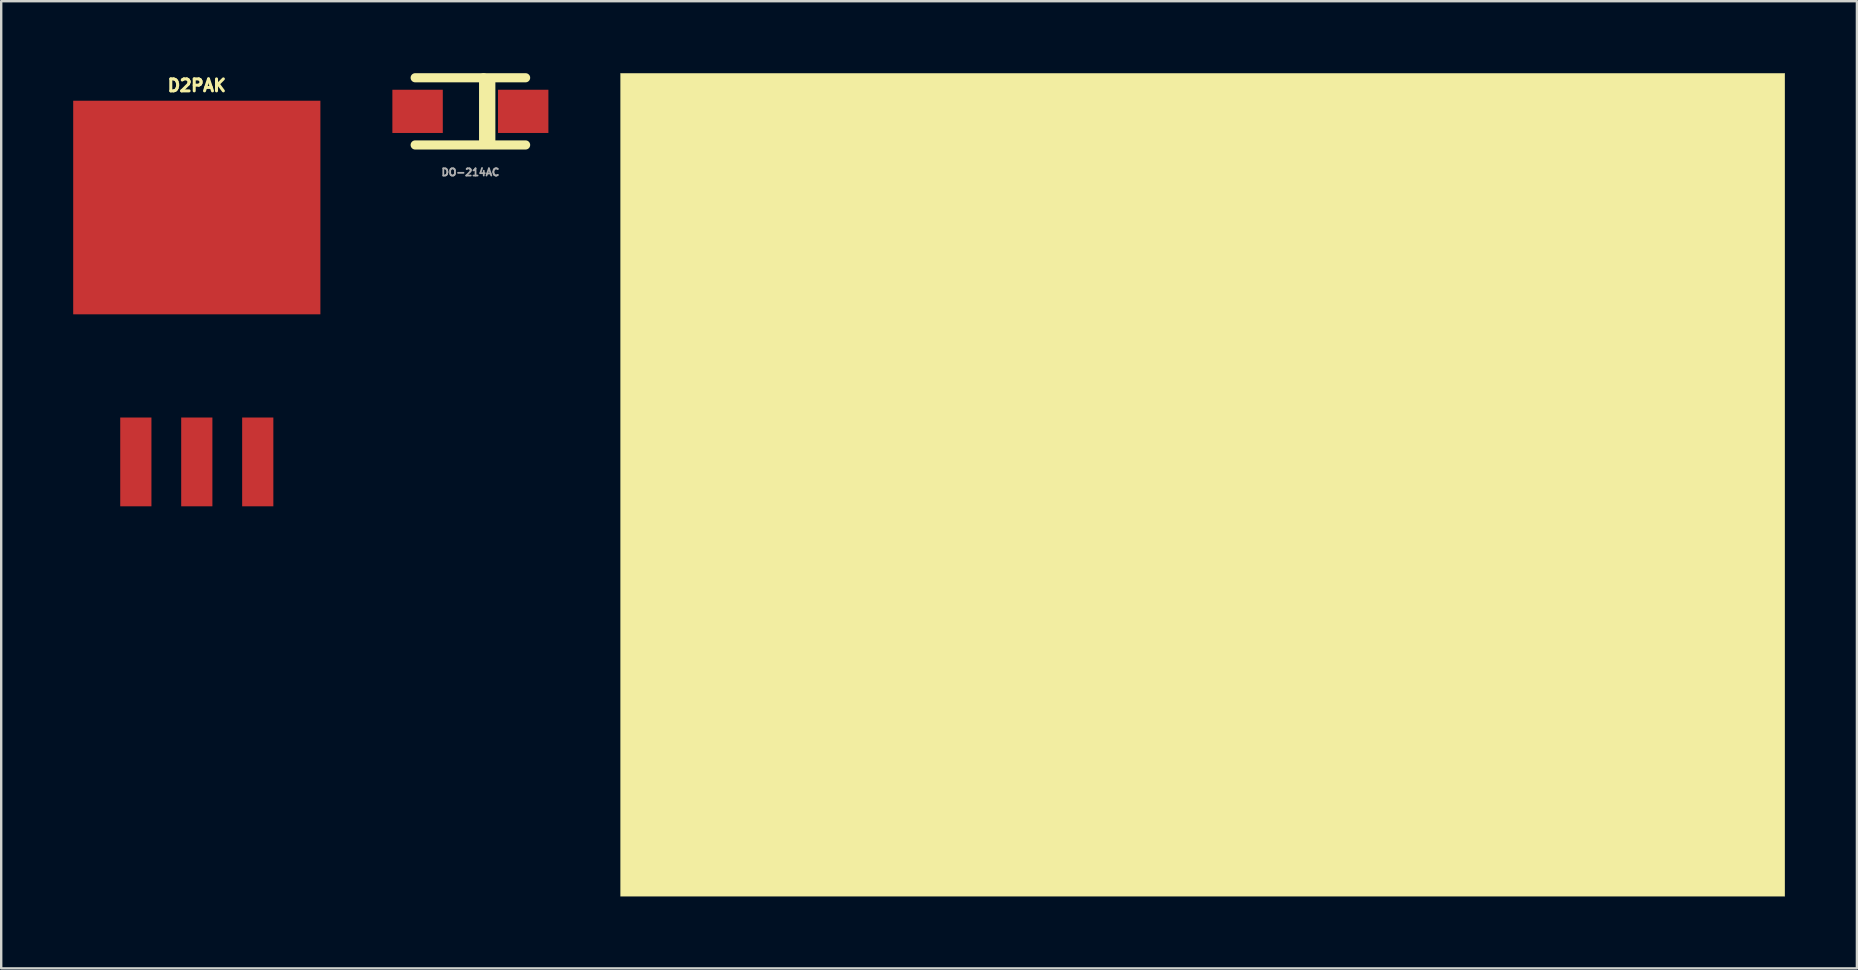
<source format=kicad_pcb>
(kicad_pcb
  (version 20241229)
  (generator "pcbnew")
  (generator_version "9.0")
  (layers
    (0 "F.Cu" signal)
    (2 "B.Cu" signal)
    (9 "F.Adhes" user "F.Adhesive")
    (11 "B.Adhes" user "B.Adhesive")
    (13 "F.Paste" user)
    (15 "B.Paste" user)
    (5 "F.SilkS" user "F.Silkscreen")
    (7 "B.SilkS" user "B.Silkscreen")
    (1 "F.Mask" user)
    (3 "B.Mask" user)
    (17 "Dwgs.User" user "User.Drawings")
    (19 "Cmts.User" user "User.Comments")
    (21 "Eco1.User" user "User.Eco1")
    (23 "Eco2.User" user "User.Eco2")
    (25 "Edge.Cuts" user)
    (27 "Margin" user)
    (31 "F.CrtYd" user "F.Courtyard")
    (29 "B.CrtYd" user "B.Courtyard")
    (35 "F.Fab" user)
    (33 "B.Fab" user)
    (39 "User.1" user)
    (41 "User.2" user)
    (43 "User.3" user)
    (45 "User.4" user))
  (footprint "D2PAK"
    (layer "F.Cu")
    (at 5.15 1.147)
    (property "Reference" "D2PAK" (at 0 -0.635 180) (layer "F.SilkS") (effects (font (size 0.5 0.5) (thickness 0.125))))
    (attr through_hole)
    (pad "" smd rect (at 0 15.05) (size 1.3 3.7) (layers "F.Cu" "F.Mask" "F.Paste"))
    (pad "1" smd rect (at -2.54 15.05) (size 1.3 3.7) (layers "F.Cu" "F.Mask" "F.Paste"))
    (pad "2" smd rect (at 0 4.45) (size 10.3 8.9) (layers "F.Cu" "F.Mask" "F.Paste"))
    (pad "3" smd rect (at 2.54 15.05) (size 1.3 3.7) (layers "F.Cu" "F.Mask" "F.Paste")))
  (footprint "logo_MSS"
    (layer "F.Cu")
    (at 47.02 17.108)
    (property "Reference" "logo_MSS" (at 0 0 0) (layer "F.SilkS") (effects (font (size 1.524 1.524) (thickness 0.3))))
    (attr through_hole)
    (fp_poly (pts (xy 24.299 17.187) (xy -24.215 17.187) (xy -24.215 -17.103) (xy 24.299 -17.103) (xy 24.299 17.187)) (stroke (width 0.01) (type solid)) (fill yes) (layer "F.SilkS")))
  (footprint "DO-214AC"
    (layer "F.Cu")
    (at 16.55 1.59)
    (property "Reference" "DO-214AC" (at 0 2.54 0) (layer "F.Fab") (effects (font (size 0.3 0.3) (thickness 0.075))))
    (attr through_hole)
    (fp_line (start -2.301 1.4) (end 2.301 1.4) (stroke (width 0.381) (type solid)) (layer "F.SilkS"))
    (fp_line (start 0.551 -1.4) (end 0.551 1.3) (stroke (width 0.381) (type solid)) (layer "F.SilkS"))
    (fp_line (start 0.851 -1.349) (end 0.851 1.3) (stroke (width 0.381) (type solid)) (layer "F.SilkS"))
    (fp_line (start 2.301 -1.4) (end -2.301 -1.4) (stroke (width 0.381) (type solid)) (layer "F.SilkS"))
    (pad "1" smd rect (at -2.2 0) (size 2.101 1.801) (layers "F.Cu" "F.Mask" "F.Paste"))
    (pad "2" smd rect (at 2.2 0) (size 2.101 1.801) (layers "F.Cu" "F.Mask" "F.Paste")))
  (gr_rect
    (start -3 -3)
    (end 74.324 37.3)
    (stroke (width 0.1) (type default))
    (fill no)
    (layer "Edge.Cuts")))
</source>
